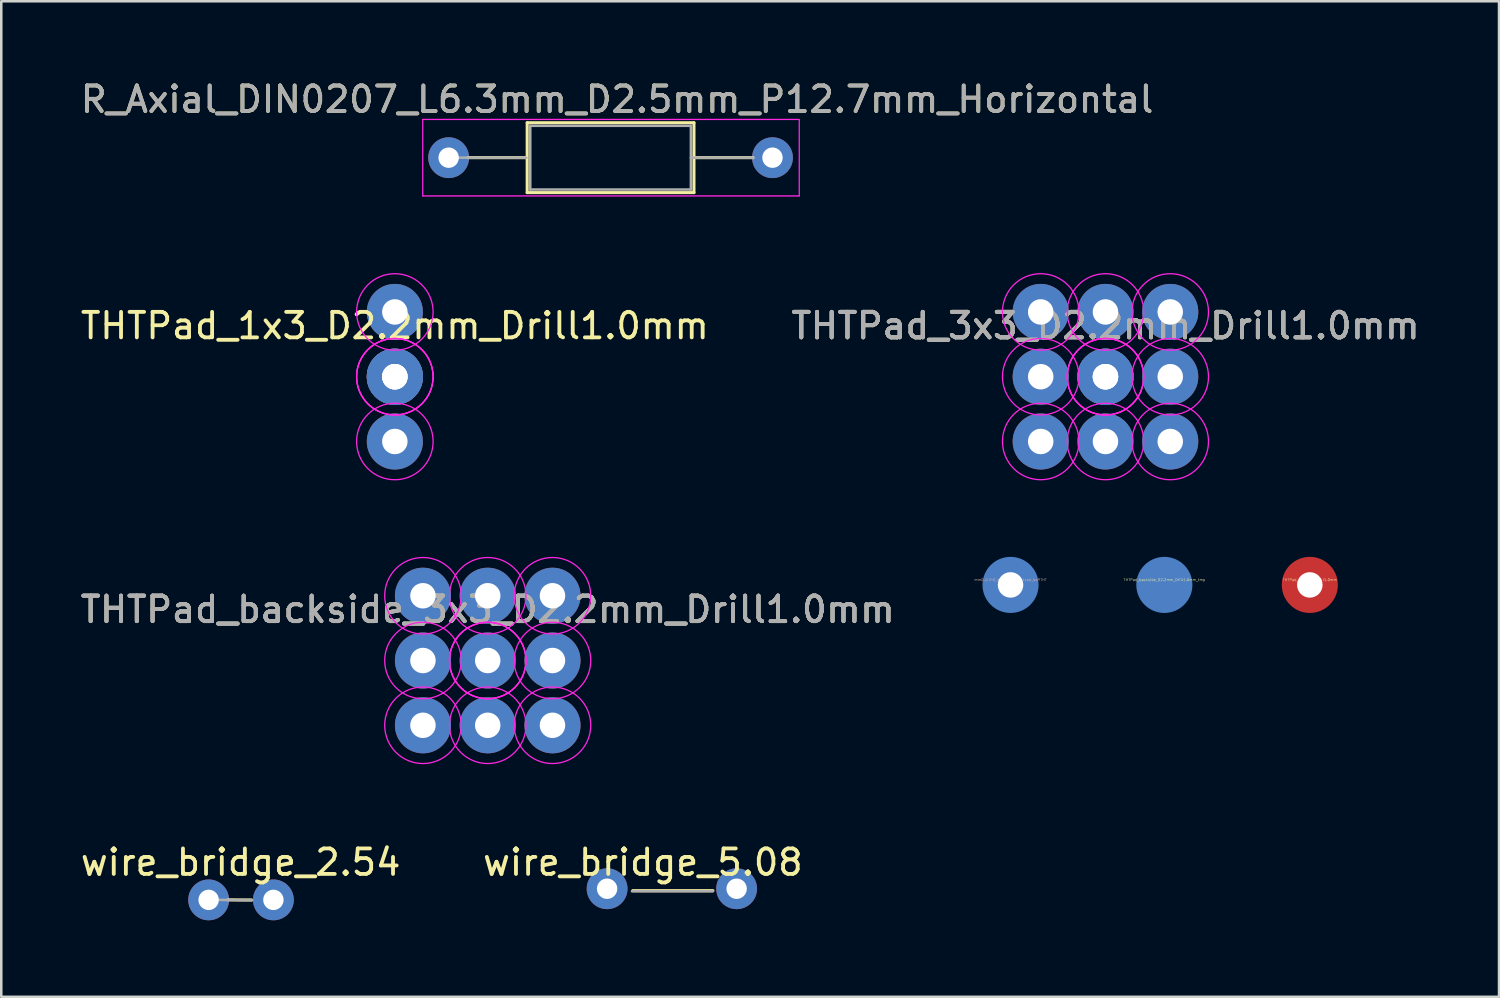
<source format=kicad_pcb>
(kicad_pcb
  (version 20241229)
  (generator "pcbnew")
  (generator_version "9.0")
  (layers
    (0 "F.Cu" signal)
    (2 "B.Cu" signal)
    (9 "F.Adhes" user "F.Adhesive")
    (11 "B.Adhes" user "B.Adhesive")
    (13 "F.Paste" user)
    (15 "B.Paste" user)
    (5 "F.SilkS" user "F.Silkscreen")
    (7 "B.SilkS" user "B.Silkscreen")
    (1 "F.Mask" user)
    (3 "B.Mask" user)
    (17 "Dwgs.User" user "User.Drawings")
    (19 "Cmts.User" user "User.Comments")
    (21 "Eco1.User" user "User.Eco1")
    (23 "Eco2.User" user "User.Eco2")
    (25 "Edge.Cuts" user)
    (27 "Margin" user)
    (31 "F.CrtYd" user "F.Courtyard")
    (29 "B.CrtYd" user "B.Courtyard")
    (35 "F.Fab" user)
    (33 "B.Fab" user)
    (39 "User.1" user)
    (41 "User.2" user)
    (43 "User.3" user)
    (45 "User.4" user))
  (footprint "THTPad_D2.2mm_Drill1.0mm"
    (layer "F.Cu")
    (at 48.318 19.889)
    (property "Reference" "THTPad_D2.2mm_Drill1.0mm" (at 0 -0.2 0) (unlocked yes) (layer "F.SilkS") (effects (font (size 0.1 0.1) (thickness 0.01))))
    (attr exclude_from_pos_files exclude_from_bom)
    (pad "" np_thru_hole circle (at 0 0) (size 2.2 2.2) (drill 1) (layers "F.Cu")))
  (footprint "THTPad_backside_D2.2mm_Drill1.0mm_tmp"
    (layer "F.Cu")
    (at 42.613 19.889)
    (property "Reference" "THTPad_backside_D2.2mm_Drill1.0mm_tmp" (at 0 -0.2 0) (unlocked yes) (layer "F.SilkS") (effects (font (size 0.1 0.1) (thickness 0.01))))
    (attr exclude_from_pos_files exclude_from_bom)
    (pad "" connect circle (at 0 0) (size 2.2 2.2) (layers "B.Cu")))
  (footprint "THTPad_1x3_D2.2mm_Drill1.0mm"
    (layer "F.Cu")
    (at 12.435 11.724)
    (property "Reference" "THTPad_1x3_D2.2mm_Drill1.0mm" (at 0 -1.998 0) (layer "F.SilkS") (effects (font (size 1 1) (thickness 0.15))))
    (attr exclude_from_pos_files exclude_from_bom)
    (fp_circle (center 0 -2.54) (end 1.5 -2.54) (stroke (width 0.05) (type solid)) (fill no) (layer "F.CrtYd"))
    (fp_circle (center 0 0) (end 1.5 0) (stroke (width 0.05) (type solid)) (fill no) (layer "F.CrtYd"))
    (fp_circle (center 0 0) (end 1.5 0) (stroke (width 0.05) (type solid)) (fill no) (layer "F.CrtYd"))
    (fp_circle (center 0 0) (end 1.5 0) (stroke (width 0.05) (type solid)) (fill no) (layer "F.CrtYd"))
    (fp_circle (center 0 2.54) (end 1.5 2.54) (stroke (width 0.05) (type solid)) (fill no) (layer "F.CrtYd"))
    (pad "1" thru_hole circle (at 0 -2.54) (size 2.2 2.2) (drill 1) (layers "*.Cu" "*.Mask"))
    (pad "1" thru_hole circle (at 0 0) (size 2.2 2.2) (drill 1) (layers "*.Cu" "*.Mask"))
    (pad "1" thru_hole circle (at 0 0) (size 2.2 2.2) (drill 1) (layers "*.Cu" "*.Mask"))
    (pad "1" thru_hole circle (at 0 0) (size 2.2 2.2) (drill 1) (layers "*.Cu" "*.Mask"))
    (pad "1" thru_hole circle (at 0 2.54) (size 2.2 2.2) (drill 1) (layers "*.Cu" "*.Mask")))
  (footprint "wire_bridge_2.54"
    (layer "F.Cu")
    (at 5.132 32.241)
    (property "Reference" "wire_bridge_2.54" (at 1.255 -1.473 0) (layer "F.SilkS") (effects (font (size 1 1) (thickness 0.15))))
    (attr through_hole)
    (fp_line (start 0.762 0) (end 1.684 0.003) (stroke (width 0.12) (type solid)) (layer "F.SilkS"))
    (fp_line (start 0.356 0) (end 1.707 0.015) (stroke (width 0.1) (type solid)) (layer "F.Fab"))
    (pad "1" thru_hole circle (at 0 0) (size 1.6 1.6) (drill 0.8) (layers "*.Cu" "*.Mask"))
    (pad "2" thru_hole oval (at 2.54 0) (size 1.6 1.6) (drill 0.8) (layers "*.Cu" "*.Mask")))
  (footprint "THTPad_backside_D2.2mm_Drill1.0mm"
    (layer "F.Cu")
    (at 36.581 19.889)
    (property "Reference" "THTPad_backside_D2.2mm_Drill1.0mm" (at 0 -0.2 0) (unlocked yes) (layer "B.SilkS") (effects (font (size 0.1 0.1) (thickness 0.01)) (justify mirror)))
    (attr exclude_from_pos_files exclude_from_bom)
    (pad "" np_thru_hole circle (at 0 0) (size 2.2 2.2) (drill 1) (layers "B.Cu")))
  (footprint "wire_bridge_5.08"
    (layer "F.Cu")
    (at 20.759 31.804)
    (property "Reference" "wire_bridge_5.08" (at 1.402 -1.036 0) (layer "F.SilkS") (effects (font (size 1 1) (thickness 0.15))))
    (attr through_hole)
    (fp_line (start 1.005 0.075) (end 4.15 0.075) (stroke (width 0.12) (type solid)) (layer "F.SilkS"))
    (fp_line (start 0.975 0.1) (end 4.15 0.1) (stroke (width 0.1) (type solid)) (layer "F.Fab"))
    (pad "1" thru_hole circle (at 0 0) (size 1.6 1.6) (drill 0.8) (layers "*.Cu" "*.Mask"))
    (pad "2" thru_hole oval (at 5.08 0) (size 1.6 1.6) (drill 0.8) (layers "*.Cu" "*.Mask")))
  (footprint "THTPad_backside_3x3_D2.2mm_Drill1.0mm"
    (layer "F.Cu")
    (at 16.077 22.854)
    (property "Reference" "THTPad_backside_3x3_D2.2mm_Drill1.0mm" (at 0 -1.998 0) (layer "F.SilkS") (effects (font (size 1 1) (thickness 0.15))))
    (attr exclude_from_pos_files exclude_from_bom)
    (fp_circle (center -2.54 -2.54) (end -1.04 -2.54) (stroke (width 0.05) (type solid)) (fill no) (layer "F.CrtYd"))
    (fp_circle (center -2.54 0) (end -1.04 0) (stroke (width 0.05) (type solid)) (fill no) (layer "F.CrtYd"))
    (fp_circle (center -2.54 2.54) (end -1.04 2.54) (stroke (width 0.05) (type solid)) (fill no) (layer "F.CrtYd"))
    (fp_circle (center 0 -2.54) (end 1.5 -2.54) (stroke (width 0.05) (type solid)) (fill no) (layer "F.CrtYd"))
    (fp_circle (center 0 0) (end 1.5 0) (stroke (width 0.05) (type solid)) (fill no) (layer "F.CrtYd"))
    (fp_circle (center 0 0) (end 1.5 0) (stroke (width 0.05) (type solid)) (fill no) (layer "F.CrtYd"))
    (fp_circle (center 0 0) (end 1.5 0) (stroke (width 0.05) (type solid)) (fill no) (layer "F.CrtYd"))
    (fp_circle (center 0 2.54) (end 1.5 2.54) (stroke (width 0.05) (type solid)) (fill no) (layer "F.CrtYd"))
    (fp_circle (center 2.54 -2.54) (end 4.04 -2.54) (stroke (width 0.05) (type solid)) (fill no) (layer "F.CrtYd"))
    (fp_circle (center 2.54 0) (end 4.04 0) (stroke (width 0.05) (type solid)) (fill no) (layer "F.CrtYd"))
    (fp_circle (center 2.54 2.54) (end 4.04 2.54) (stroke (width 0.05) (type solid)) (fill no) (layer "F.CrtYd"))
    (fp_text user "${REFERENCE}" (at 0 -2 0) (layer "F.Fab") (effects (font (size 1 1) (thickness 0.15))))
    (fp_text user "${REFERENCE}" (at 0 -2 0) (layer "F.Fab") (effects (font (size 1 1) (thickness 0.15))))
    (fp_text user "${REFERENCE}" (at 0 -2 0) (layer "F.Fab") (effects (font (size 1 1) (thickness 0.15))))
    (pad "1" thru_hole circle (at -2.54 -2.54) (size 2.2 2.2) (drill 1) (layers "*.Mask" "B.Cu"))
    (pad "1" thru_hole circle (at -2.54 0) (size 2.2 2.2) (drill 1) (layers "*.Mask" "B.Cu"))
    (pad "1" thru_hole circle (at -2.54 2.54) (size 2.2 2.2) (drill 1) (layers "*.Mask" "B.Cu"))
    (pad "1" thru_hole circle (at 0 -2.54) (size 2.2 2.2) (drill 1) (layers "*.Mask" "B.Cu"))
    (pad "1" thru_hole circle (at 0 0) (size 2.2 2.2) (drill 1) (layers "*.Mask" "B.Cu"))
    (pad "1" thru_hole circle (at 0 2.54) (size 2.2 2.2) (drill 1) (layers "*.Mask" "B.Cu"))
    (pad "1" thru_hole circle (at 2.54 -2.54) (size 2.2 2.2) (drill 1) (layers "*.Mask" "B.Cu"))
    (pad "1" thru_hole circle (at 2.54 0) (size 2.2 2.2) (drill 1) (layers "*.Mask" "B.Cu"))
    (pad "1" thru_hole circle (at 2.54 2.54) (size 2.2 2.2) (drill 1) (layers "*.Mask" "B.Cu")))
  (footprint "THTPad_3x3_D2.2mm_Drill1.0mm"
    (layer "F.Cu")
    (at 40.304 11.724)
    (property "Reference" "THTPad_3x3_D2.2mm_Drill1.0mm" (at 0 -1.998 0) (layer "F.SilkS") (effects (font (size 1 1) (thickness 0.15))))
    (attr exclude_from_pos_files exclude_from_bom)
    (fp_circle (center -2.54 -2.54) (end -1.04 -2.54) (stroke (width 0.05) (type solid)) (fill no) (layer "F.CrtYd"))
    (fp_circle (center -2.54 0) (end -1.04 0) (stroke (width 0.05) (type solid)) (fill no) (layer "F.CrtYd"))
    (fp_circle (center -2.54 2.54) (end -1.04 2.54) (stroke (width 0.05) (type solid)) (fill no) (layer "F.CrtYd"))
    (fp_circle (center 0 -2.54) (end 1.5 -2.54) (stroke (width 0.05) (type solid)) (fill no) (layer "F.CrtYd"))
    (fp_circle (center 0 0) (end 1.5 0) (stroke (width 0.05) (type solid)) (fill no) (layer "F.CrtYd"))
    (fp_circle (center 0 0) (end 1.5 0) (stroke (width 0.05) (type solid)) (fill no) (layer "F.CrtYd"))
    (fp_circle (center 0 0) (end 1.5 0) (stroke (width 0.05) (type solid)) (fill no) (layer "F.CrtYd"))
    (fp_circle (center 0 2.54) (end 1.5 2.54) (stroke (width 0.05) (type solid)) (fill no) (layer "F.CrtYd"))
    (fp_circle (center 2.54 -2.54) (end 4.04 -2.54) (stroke (width 0.05) (type solid)) (fill no) (layer "F.CrtYd"))
    (fp_circle (center 2.54 0) (end 4.04 0) (stroke (width 0.05) (type solid)) (fill no) (layer "F.CrtYd"))
    (fp_circle (center 2.54 2.54) (end 4.04 2.54) (stroke (width 0.05) (type solid)) (fill no) (layer "F.CrtYd"))
    (fp_text user "${REFERENCE}" (at 0 -2 0) (layer "F.Fab") (effects (font (size 1 1) (thickness 0.15))))
    (fp_text user "${REFERENCE}" (at 0 -2 0) (layer "F.Fab") (effects (font (size 1 1) (thickness 0.15))))
    (fp_text user "${REFERENCE}" (at 0 -2 0) (layer "F.Fab") (effects (font (size 1 1) (thickness 0.15))))
    (pad "1" thru_hole circle (at -2.54 -2.54) (size 2.2 2.2) (drill 1) (layers "*.Cu" "*.Mask"))
    (pad "1" thru_hole circle (at -2.54 0) (size 2.2 2.2) (drill 1) (layers "*.Cu" "*.Mask"))
    (pad "1" thru_hole circle (at -2.54 2.54) (size 2.2 2.2) (drill 1) (layers "*.Cu" "*.Mask"))
    (pad "1" thru_hole circle (at 0 -2.54) (size 2.2 2.2) (drill 1) (layers "*.Cu" "*.Mask"))
    (pad "1" thru_hole circle (at 0 0) (size 2.2 2.2) (drill 1) (layers "*.Cu" "*.Mask"))
    (pad "1" thru_hole circle (at 0 0) (size 2.2 2.2) (drill 1) (layers "*.Cu" "*.Mask"))
    (pad "1" thru_hole circle (at 0 0) (size 2.2 2.2) (drill 1) (layers "*.Cu" "*.Mask"))
    (pad "1" thru_hole circle (at 0 2.54) (size 2.2 2.2) (drill 1) (layers "*.Cu" "*.Mask"))
    (pad "1" thru_hole circle (at 2.54 -2.54) (size 2.2 2.2) (drill 1) (layers "*.Cu" "*.Mask"))
    (pad "1" thru_hole circle (at 2.54 0) (size 2.2 2.2) (drill 1) (layers "*.Cu" "*.Mask"))
    (pad "1" thru_hole circle (at 2.54 2.54) (size 2.2 2.2) (drill 1) (layers "*.Cu" "*.Mask")))
  (footprint "R_Axial_DIN0207_L6.3mm_D2.5mm_P12.7mm_Horizontal"
    (layer "F.Cu")
    (at 14.545 3.134)
    (property "Reference" "R_Axial_DIN0207_L6.3mm_D2.5mm_P12.7mm_Horizontal" (at 6.604 -2.286 0) (layer "F.SilkS") (effects (font (size 1 1) (thickness 0.15))))
    (attr through_hole)
    (fp_line (start 0.762 0) (end 3.048 0) (stroke (width 0.12) (type solid)) (layer "F.SilkS"))
    (fp_line (start 3.08 -1.37) (end 3.08 1.37) (stroke (width 0.12) (type solid)) (layer "F.SilkS"))
    (fp_line (start 3.08 1.37) (end 9.62 1.37) (stroke (width 0.12) (type solid)) (layer "F.SilkS"))
    (fp_line (start 9.62 -1.37) (end 3.08 -1.37) (stroke (width 0.12) (type solid)) (layer "F.SilkS"))
    (fp_line (start 9.62 1.37) (end 9.62 -1.37) (stroke (width 0.12) (type solid)) (layer "F.SilkS"))
    (fp_line (start 11.938 0) (end 9.62 0) (stroke (width 0.12) (type solid)) (layer "F.SilkS"))
    (fp_line (start -1.016 -1.5) (end -1.016 1.5) (stroke (width 0.05) (type solid)) (layer "F.CrtYd"))
    (fp_line (start -1.016 1.5) (end 13.75 1.5) (stroke (width 0.05) (type solid)) (layer "F.CrtYd"))
    (fp_line (start 13.716 -1.5) (end -1.016 -1.5) (stroke (width 0.05) (type solid)) (layer "F.CrtYd"))
    (fp_line (start 13.75 1.5) (end 13.75 -1.5) (stroke (width 0.05) (type solid)) (layer "F.CrtYd"))
    (fp_line (start 0.356 0) (end 3.048 0) (stroke (width 0.1) (type solid)) (layer "F.Fab"))
    (fp_line (start 3.2 -1.25) (end 3.2 1.25) (stroke (width 0.1) (type solid)) (layer "F.Fab"))
    (fp_line (start 3.2 1.25) (end 9.5 1.25) (stroke (width 0.1) (type solid)) (layer "F.Fab"))
    (fp_line (start 9.5 -1.25) (end 3.2 -1.25) (stroke (width 0.1) (type solid)) (layer "F.Fab"))
    (fp_line (start 9.5 1.25) (end 9.5 -1.25) (stroke (width 0.1) (type solid)) (layer "F.Fab"))
    (fp_line (start 11.938 0) (end 9.5 0) (stroke (width 0.1) (type solid)) (layer "F.Fab"))
    (fp_text user "${REFERENCE}" (at 6.604 -2.286 0) (layer "F.Fab") (effects (font (size 1 1) (thickness 0.15))))
    (pad "1" thru_hole circle (at 0 0) (size 1.6 1.6) (drill 0.8) (layers "*.Cu" "*.Mask"))
    (pad "2" thru_hole oval (at 12.7 0) (size 1.6 1.6) (drill 0.8) (layers "*.Cu" "*.Mask")))
  (gr_rect
    (start -3 -3)
    (end 55.738 36.041)
    (stroke (width 0.1) (type default))
    (fill no)
    (layer "Edge.Cuts")))
</source>
